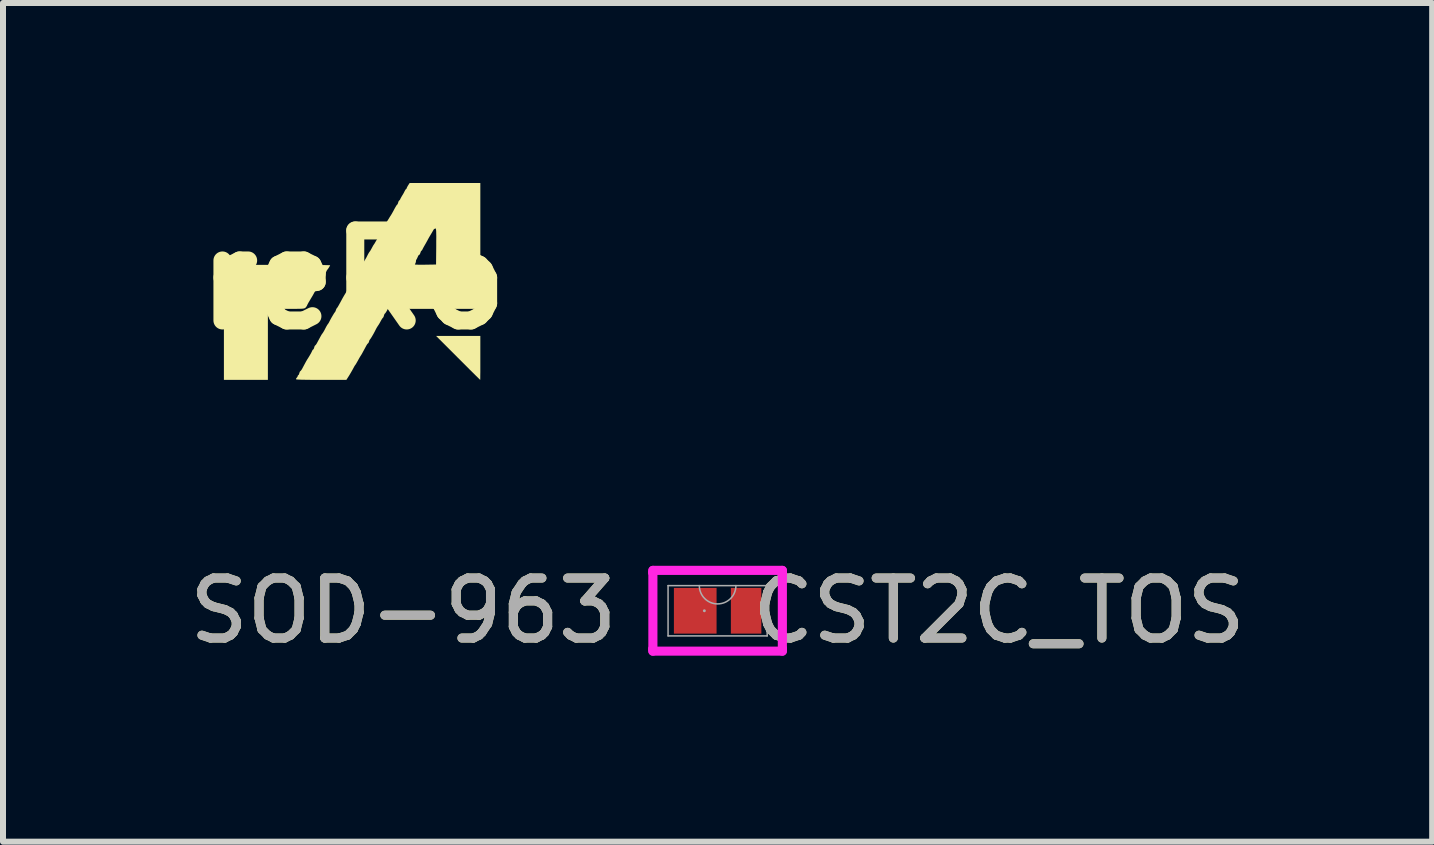
<source format=kicad_pcb>
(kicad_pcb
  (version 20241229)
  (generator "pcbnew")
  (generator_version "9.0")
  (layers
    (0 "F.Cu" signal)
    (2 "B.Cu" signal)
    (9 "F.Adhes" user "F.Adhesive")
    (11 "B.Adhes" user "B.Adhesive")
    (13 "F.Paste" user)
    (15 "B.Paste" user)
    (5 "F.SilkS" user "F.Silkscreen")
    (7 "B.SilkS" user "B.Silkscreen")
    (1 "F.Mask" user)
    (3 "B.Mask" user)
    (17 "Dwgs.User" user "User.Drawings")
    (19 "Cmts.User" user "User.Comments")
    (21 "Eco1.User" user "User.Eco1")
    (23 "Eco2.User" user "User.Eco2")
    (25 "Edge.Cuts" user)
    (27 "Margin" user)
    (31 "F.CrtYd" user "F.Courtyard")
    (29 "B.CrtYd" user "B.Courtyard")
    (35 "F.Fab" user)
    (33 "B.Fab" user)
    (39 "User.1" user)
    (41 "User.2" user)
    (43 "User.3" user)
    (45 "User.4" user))
  (footprint "SOD-963   CST2C_TOS"
    (layer "F.Cu")
    (at 8.911 7.13)
    (property "Reference" "SOD-963   CST2C_TOS" (at 0 0 0) (unlocked yes) (layer "F.SilkS") (effects (font (size 1 1) (thickness 0.15))))
    (attr smd)
    (fp_line (start -1.079 -0.673) (end 1.079 -0.673) (stroke (width 0.152) (type solid)) (layer "F.CrtYd"))
    (fp_line (start -1.079 -0.635) (end -1.079 -0.673) (stroke (width 0.152) (type solid)) (layer "F.CrtYd"))
    (fp_line (start -1.079 -0.635) (end -1.079 -0.635) (stroke (width 0.152) (type solid)) (layer "F.CrtYd"))
    (fp_line (start -1.079 0.635) (end -1.079 -0.635) (stroke (width 0.152) (type solid)) (layer "F.CrtYd"))
    (fp_line (start -1.079 0.635) (end -1.079 0.635) (stroke (width 0.152) (type solid)) (layer "F.CrtYd"))
    (fp_line (start -1.079 0.673) (end -1.079 0.635) (stroke (width 0.152) (type solid)) (layer "F.CrtYd"))
    (fp_line (start 1.079 -0.673) (end 1.079 -0.635) (stroke (width 0.152) (type solid)) (layer "F.CrtYd"))
    (fp_line (start 1.079 -0.635) (end 1.079 -0.635) (stroke (width 0.152) (type solid)) (layer "F.CrtYd"))
    (fp_line (start 1.079 -0.635) (end 1.079 0.635) (stroke (width 0.152) (type solid)) (layer "F.CrtYd"))
    (fp_line (start 1.079 0.635) (end 1.079 0.635) (stroke (width 0.152) (type solid)) (layer "F.CrtYd"))
    (fp_line (start 1.079 0.635) (end 1.079 0.673) (stroke (width 0.152) (type solid)) (layer "F.CrtYd"))
    (fp_line (start 1.079 0.673) (end -1.079 0.673) (stroke (width 0.152) (type solid)) (layer "F.CrtYd"))
    (fp_line (start -0.826 -0.419) (end -0.826 0.419) (stroke (width 0.025) (type solid)) (layer "F.Fab"))
    (fp_line (start -0.826 0.419) (end 0.826 0.419) (stroke (width 0.025) (type solid)) (layer "F.Fab"))
    (fp_line (start 0.826 -0.419) (end -0.826 -0.419) (stroke (width 0.025) (type solid)) (layer "F.Fab"))
    (fp_line (start 0.826 0.419) (end 0.826 -0.419) (stroke (width 0.025) (type solid)) (layer "F.Fab"))
    (fp_arc (start 0.3048 -0.4191) (mid 0 -0.1143) (end -0.3048 -0.4191) (stroke (width 0.0254) (type solid)) (layer "F.Fab"))
    (fp_circle (center -0.221 0) (end -0.221 0) (stroke (width 0.025) (type solid)) (fill no) (layer "F.Fab"))
    (fp_text user "${REFERENCE}" (at 0 0 0) (unlocked yes) (layer "F.Fab") (effects (font (size 1 1) (thickness 0.15))))
    (pad "1" smd rect (at -0.373 0) (size 0.711 0.762) (layers "F.Cu" "F.Mask" "F.Paste"))
    (pad "2" smd rect (at 0.475 0) (size 0.508 0.762) (layers "F.Cu" "F.Mask" "F.Paste")))
  (footprint "reRo"
    (layer "F.Cu")
    (at 2.836 1.613)
    (property "Reference" "reRo" (at 0 0 0) (layer "F.SilkS") (effects (font (size 1.5 1.5) (thickness 0.3))))
    (attr board_only exclude_from_pos_files exclude_from_bom)
    (fp_poly (pts (xy 2.12 1.303) (xy 2.12 1.391) (xy 2.12 1.472) (xy 2.12 1.542) (xy 2.119 1.599) (xy 2.119 1.641) (xy 2.118 1.665) (xy 2.118 1.669) (xy 2.109 1.661) (xy 2.087 1.639) (xy 2.051 1.604) (xy 2.005 1.558) (xy 1.948 1.502) (xy 1.884 1.438) (xy 1.814 1.368) (xy 1.748 1.302) (xy 1.382 0.936) (xy 1.751 0.936) (xy 2.12 0.936)) (stroke (width 0) (type solid)) (fill yes) (layer "F.SilkS"))
    (fp_poly (pts (xy -1.13 -0.248) (xy -0.997 -0.248) (xy -0.873 -0.247) (xy -0.76 -0.247) (xy -0.657 -0.246) (xy -0.569 -0.246) (xy -0.496 -0.245) (xy -0.439 -0.244) (xy -0.402 -0.243) (xy -0.384 -0.242) (xy -0.383 -0.242) (xy -0.389 -0.229) (xy -0.402 -0.207) (xy -0.417 -0.184) (xy -0.428 -0.17) (xy -0.429 -0.169) (xy -0.438 -0.156) (xy -0.448 -0.135) (xy -0.461 -0.111) (xy -0.481 -0.076) (xy -0.501 -0.039) (xy -0.524 -0.001) (xy -0.543 0.034) (xy -0.555 0.056) (xy -0.567 0.079) (xy -0.575 0.09) (xy -0.581 0.098) (xy -0.591 0.115) (xy -0.608 0.144) (xy -0.633 0.188) (xy -0.647 0.214) (xy -0.671 0.258) (xy -0.701 0.308) (xy -0.724 0.347) (xy -0.745 0.382) (xy -0.76 0.41) (xy -0.767 0.425) (xy -0.767 0.426) (xy -0.774 0.44) (xy -0.789 0.46) (xy -0.796 0.467) (xy -0.804 0.473) (xy -0.816 0.477) (xy -0.835 0.481) (xy -0.863 0.483) (xy -0.903 0.484) (xy -0.958 0.485) (xy -1.03 0.485) (xy -1.116 0.485) (xy -1.421 0.485) (xy -1.421 1.077) (xy -1.421 1.669) (xy -1.788 1.669) (xy -2.154 1.669) (xy -2.154 0.711) (xy -2.154 -0.248) (xy -1.269 -0.248)) (stroke (width 0) (type solid)) (fill yes) (layer "F.SilkS"))
    (fp_poly (pts (xy 2.12 -0.564) (xy 2.12 0.485) (xy 1.35 0.485) (xy 0.579 0.485) (xy 0.558 0.524) (xy 0.542 0.549) (xy 0.531 0.563) (xy 0.528 0.564) (xy 0.521 0.574) (xy 0.513 0.597) (xy 0.513 0.598) (xy 0.506 0.621) (xy 0.498 0.632) (xy 0.498 0.632) (xy 0.489 0.641) (xy 0.474 0.664) (xy 0.462 0.685) (xy 0.442 0.722) (xy 0.422 0.755) (xy 0.413 0.767) (xy 0.393 0.799) (xy 0.377 0.829) (xy 0.36 0.863) (xy 0.339 0.902) (xy 0.317 0.94) (xy 0.298 0.971) (xy 0.285 0.99) (xy 0.282 0.993) (xy 0.272 1.007) (xy 0.265 1.029) (xy 0.256 1.052) (xy 0.248 1.06) (xy 0.238 1.069) (xy 0.223 1.092) (xy 0.217 1.103) (xy 0.182 1.168) (xy 0.156 1.216) (xy 0.138 1.248) (xy 0.127 1.265) (xy 0.125 1.268) (xy 0.115 1.284) (xy 0.098 1.313) (xy 0.079 1.348) (xy 0.059 1.383) (xy 0.044 1.409) (xy 0.035 1.421) (xy 0.025 1.435) (xy 0.014 1.455) (xy -0.007 1.494) (xy -0.035 1.543) (xy -0.065 1.594) (xy -0.086 1.627) (xy -0.113 1.669) (xy -0.53 1.669) (xy -0.625 1.669) (xy -0.713 1.668) (xy -0.791 1.667) (xy -0.856 1.666) (xy -0.906 1.664) (xy -0.939 1.662) (xy -0.952 1.659) (xy -0.952 1.659) (xy -0.95 1.645) (xy -0.942 1.635) (xy -0.927 1.616) (xy -0.925 1.606) (xy -0.919 1.592) (xy -0.914 1.59) (xy -0.905 1.581) (xy -0.897 1.557) (xy -0.897 1.556) (xy -0.889 1.533) (xy -0.88 1.523) (xy -0.88 1.523) (xy -0.87 1.514) (xy -0.854 1.491) (xy -0.848 1.48) (xy -0.813 1.414) (xy -0.786 1.364) (xy -0.765 1.328) (xy -0.75 1.305) (xy -0.724 1.262) (xy -0.7 1.22) (xy -0.684 1.187) (xy -0.682 1.181) (xy -0.671 1.165) (xy -0.665 1.162) (xy -0.657 1.152) (xy -0.649 1.129) (xy -0.649 1.128) (xy -0.641 1.104) (xy -0.632 1.094) (xy -0.632 1.094) (xy -0.622 1.085) (xy -0.606 1.061) (xy -0.595 1.04) (xy -0.565 0.985) (xy -0.544 0.946) (xy -0.53 0.921) (xy -0.519 0.904) (xy -0.512 0.895) (xy -0.499 0.876) (xy -0.482 0.847) (xy -0.474 0.832) (xy -0.449 0.783) (xy -0.429 0.749) (xy -0.417 0.733) (xy -0.408 0.72) (xy -0.397 0.699) (xy -0.379 0.664) (xy -0.358 0.626) (xy -0.336 0.589) (xy -0.318 0.559) (xy -0.306 0.543) (xy -0.305 0.541) (xy -0.295 0.527) (xy -0.288 0.508) (xy -0.279 0.484) (xy -0.272 0.474) (xy -0.266 0.467) (xy -0.257 0.454) (xy -0.243 0.43) (xy -0.222 0.392) (xy -0.199 0.35) (xy -0.177 0.309) (xy -0.15 0.262) (xy -0.121 0.214) (xy -0.095 0.17) (xy -0.075 0.137) (xy -0.067 0.124) (xy -0.054 0.101) (xy -0.042 0.076) (xy -0.03 0.054) (xy -0.02 0.045) (xy -0.012 0.036) (xy -0.011 0.03) (xy -0.005 0.01) (xy 0.01 -0.013) (xy 0.029 -0.043) (xy 0.039 -0.068) (xy 0.049 -0.091) (xy 0.057 -0.102) (xy 0.067 -0.114) (xy 0.083 -0.14) (xy 0.093 -0.158) (xy 0.114 -0.196) (xy 0.141 -0.241) (xy 0.152 -0.259) (xy 1.015 -0.259) (xy 1.026 -0.254) (xy 1.058 -0.252) (xy 1.108 -0.25) (xy 1.176 -0.25) (xy 1.198 -0.251) (xy 1.382 -0.254) (xy 1.385 -0.556) (xy 1.385 -0.647) (xy 1.386 -0.718) (xy 1.385 -0.771) (xy 1.384 -0.808) (xy 1.382 -0.833) (xy 1.379 -0.848) (xy 1.375 -0.854) (xy 1.37 -0.855) (xy 1.369 -0.855) (xy 1.347 -0.843) (xy 1.341 -0.835) (xy 1.331 -0.817) (xy 1.313 -0.786) (xy 1.291 -0.749) (xy 1.288 -0.744) (xy 1.266 -0.707) (xy 1.248 -0.675) (xy 1.238 -0.655) (xy 1.237 -0.654) (xy 1.227 -0.636) (xy 1.21 -0.605) (xy 1.196 -0.581) (xy 1.176 -0.546) (xy 1.161 -0.518) (xy 1.155 -0.505) (xy 1.145 -0.488) (xy 1.139 -0.485) (xy 1.13 -0.475) (xy 1.122 -0.452) (xy 1.112 -0.426) (xy 1.099 -0.413) (xy 1.084 -0.401) (xy 1.083 -0.396) (xy 1.077 -0.381) (xy 1.064 -0.353) (xy 1.049 -0.327) (xy 1.031 -0.294) (xy 1.018 -0.269) (xy 1.015 -0.259) (xy 0.152 -0.259) (xy 0.16 -0.271) (xy 0.192 -0.322) (xy 0.219 -0.368) (xy 0.247 -0.423) (xy 0.25 -0.429) (xy 0.263 -0.451) (xy 0.27 -0.462) (xy 0.284 -0.48) (xy 0.301 -0.51) (xy 0.318 -0.541) (xy 0.333 -0.569) (xy 0.345 -0.587) (xy 0.358 -0.606) (xy 0.378 -0.641) (xy 0.404 -0.685) (xy 0.43 -0.735) (xy 0.454 -0.781) (xy 0.47 -0.807) (xy 0.482 -0.822) (xy 0.485 -0.823) (xy 0.494 -0.833) (xy 0.502 -0.857) (xy 0.502 -0.857) (xy 0.51 -0.881) (xy 0.518 -0.891) (xy 0.518 -0.891) (xy 0.529 -0.9) (xy 0.535 -0.911) (xy 0.549 -0.942) (xy 0.573 -0.985) (xy 0.604 -1.035) (xy 0.611 -1.047) (xy 0.635 -1.084) (xy 0.654 -1.117) (xy 0.674 -1.153) (xy 0.695 -1.193) (xy 0.713 -1.224) (xy 0.727 -1.246) (xy 0.734 -1.252) (xy 0.742 -1.262) (xy 0.75 -1.285) (xy 0.75 -1.286) (xy 0.758 -1.309) (xy 0.766 -1.32) (xy 0.767 -1.32) (xy 0.777 -1.329) (xy 0.783 -1.339) (xy 0.793 -1.361) (xy 0.81 -1.391) (xy 0.818 -1.404) (xy 0.839 -1.439) (xy 0.856 -1.472) (xy 0.86 -1.48) (xy 0.872 -1.502) (xy 0.882 -1.511) (xy 0.891 -1.52) (xy 0.891 -1.523) (xy 0.897 -1.539) (xy 0.911 -1.565) (xy 0.916 -1.573) (xy 0.942 -1.613) (xy 1.531 -1.613) (xy 2.12 -1.613)) (stroke (width 0) (type solid)) (fill yes) (layer "F.SilkS")))
  (gr_rect
    (start -3 -3)
    (end 20.821 10.979)
    (stroke (width 0.1) (type default))
    (fill no)
    (layer "Edge.Cuts")))
</source>
